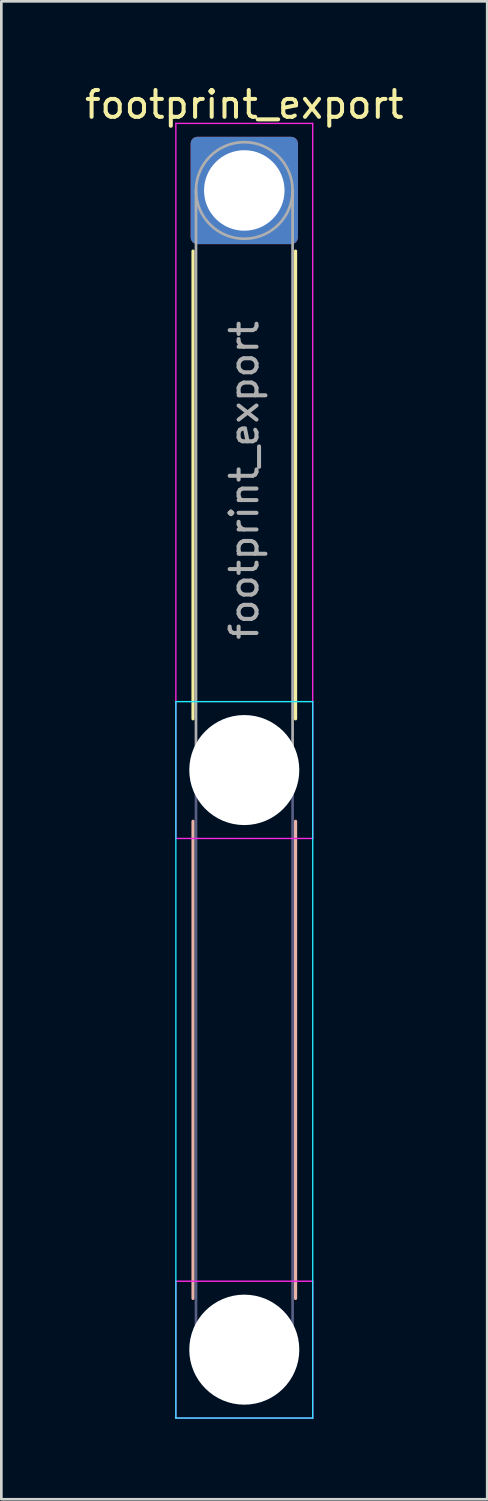
<source format=kicad_pcb>
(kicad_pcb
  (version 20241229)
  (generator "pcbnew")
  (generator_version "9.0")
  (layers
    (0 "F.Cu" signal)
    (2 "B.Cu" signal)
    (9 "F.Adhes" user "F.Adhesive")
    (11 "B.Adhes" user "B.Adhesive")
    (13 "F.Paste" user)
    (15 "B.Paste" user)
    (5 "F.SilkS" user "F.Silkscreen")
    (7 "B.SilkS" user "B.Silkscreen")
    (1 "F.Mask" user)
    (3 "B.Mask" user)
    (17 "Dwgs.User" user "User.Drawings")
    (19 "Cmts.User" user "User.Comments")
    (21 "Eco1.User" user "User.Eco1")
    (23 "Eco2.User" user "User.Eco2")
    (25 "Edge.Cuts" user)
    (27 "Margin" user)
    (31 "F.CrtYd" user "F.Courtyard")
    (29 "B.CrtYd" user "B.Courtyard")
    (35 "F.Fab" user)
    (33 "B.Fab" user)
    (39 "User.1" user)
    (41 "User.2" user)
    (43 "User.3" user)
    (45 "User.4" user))
  (footprint "footprint_export"
    (layer "F.Cu")
    (at 6.054 4.048)
    (property "Reference" "footprint_export" (at 0 -3.2 0) (layer "F.SilkS") (effects (font (size 1 1) (thickness 0.15))))
    (attr exclude_from_pos_files exclude_from_bom)
    (fp_line (start -1.91 2.26) (end -1.91 19.69) (stroke (width 0.12) (type solid)) (layer "F.SilkS"))
    (fp_line (start 1.91 2.26) (end 1.91 19.69) (stroke (width 0.12) (type solid)) (layer "F.SilkS"))
    (fp_line (start -1.91 23.51) (end -1.91 41.29) (stroke (width 0.12) (type solid)) (layer "B.SilkS"))
    (fp_line (start 1.91 23.51) (end 1.91 41.29) (stroke (width 0.12) (type solid)) (layer "B.SilkS"))
    (fp_line (start -2.55 19.05) (end -2.55 45.75) (stroke (width 0.05) (type solid)) (layer "B.CrtYd"))
    (fp_line (start -2.55 45.75) (end 2.55 45.75) (stroke (width 0.05) (type solid)) (layer "B.CrtYd"))
    (fp_line (start 2.55 19.05) (end -2.55 19.05) (stroke (width 0.05) (type solid)) (layer "B.CrtYd"))
    (fp_line (start 2.55 45.75) (end 2.55 19.05) (stroke (width 0.05) (type solid)) (layer "B.CrtYd"))
    (fp_line (start -2.55 -2.5) (end -2.55 24.15) (stroke (width 0.05) (type solid)) (layer "F.CrtYd"))
    (fp_line (start -2.55 24.15) (end 2.55 24.15) (stroke (width 0.05) (type solid)) (layer "F.CrtYd"))
    (fp_line (start -2.55 40.65) (end -2.55 45.75) (stroke (width 0.05) (type solid)) (layer "F.CrtYd"))
    (fp_line (start -2.55 45.75) (end 2.55 45.75) (stroke (width 0.05) (type solid)) (layer "F.CrtYd"))
    (fp_line (start 2.55 -2.5) (end -2.55 -2.5) (stroke (width 0.05) (type solid)) (layer "F.CrtYd"))
    (fp_line (start 2.55 24.15) (end 2.55 -2.5) (stroke (width 0.05) (type solid)) (layer "F.CrtYd"))
    (fp_line (start 2.55 40.65) (end -2.55 40.65) (stroke (width 0.05) (type solid)) (layer "F.CrtYd"))
    (fp_line (start 2.55 45.75) (end 2.55 40.65) (stroke (width 0.05) (type solid)) (layer "F.CrtYd"))
    (fp_line (start -1.8 21.6) (end -1.8 43.2) (stroke (width 0.1) (type solid)) (layer "B.Fab"))
    (fp_line (start 1.8 21.6) (end 1.8 43.2) (stroke (width 0.1) (type solid)) (layer "B.Fab"))
    (fp_circle (center 0 21.6) (end 1.8 21.6) (stroke (width 0.1) (type solid)) (fill no) (layer "B.Fab"))
    (fp_circle (center 0 43.2) (end 1.8 43.2) (stroke (width 0.1) (type solid)) (fill no) (layer "B.Fab"))
    (fp_line (start -1.8 0) (end -1.8 21.6) (stroke (width 0.1) (type solid)) (layer "F.Fab"))
    (fp_line (start 1.8 0) (end 1.8 21.6) (stroke (width 0.1) (type solid)) (layer "F.Fab"))
    (fp_circle (center 0 0) (end 1.8 0) (stroke (width 0.1) (type solid)) (fill no) (layer "F.Fab"))
    (fp_circle (center 0 21.6) (end 1.8 21.6) (stroke (width 0.1) (type solid)) (fill no) (layer "F.Fab"))
    (fp_circle (center 0 43.2) (end 1.8 43.2) (stroke (width 0.1) (type solid)) (fill no) (layer "F.Fab"))
    (fp_text user "${REFERENCE}" (at 0 10.8 90) (layer "F.Fab") (effects (font (size 1 1) (thickness 0.15))))
    (pad "" np_thru_hole circle (at 0 21.6) (size 4.1 4.1) (drill 4.1) (layers "*.Cu" "*.Mask"))
    (pad "" np_thru_hole circle (at 0 43.2) (size 4.1 4.1) (drill 4.1) (layers "*.Cu" "*.Mask"))
    (pad "1" thru_hole roundrect (at 0 0) (size 4 4) (drill 3) (layers "*.Cu" "*.Mask") (roundrect_rratio 0.062)))
  (gr_rect
    (start -3 -3)
    (end 15.107 52.823)
    (stroke (width 0.1) (type default))
    (fill no)
    (layer "Edge.Cuts")))
</source>
